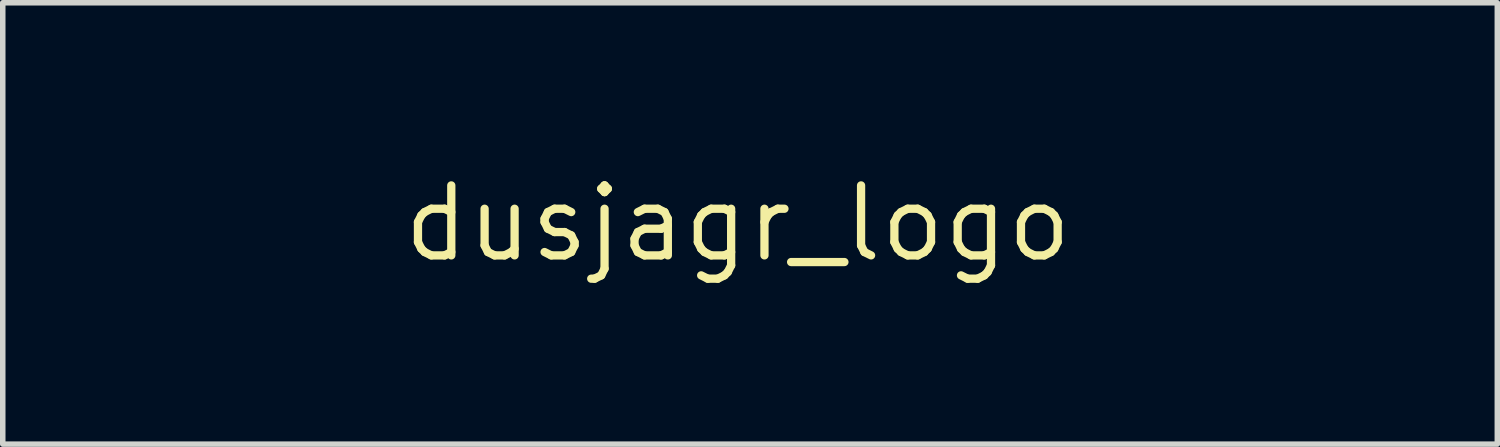
<source format=kicad_pcb>
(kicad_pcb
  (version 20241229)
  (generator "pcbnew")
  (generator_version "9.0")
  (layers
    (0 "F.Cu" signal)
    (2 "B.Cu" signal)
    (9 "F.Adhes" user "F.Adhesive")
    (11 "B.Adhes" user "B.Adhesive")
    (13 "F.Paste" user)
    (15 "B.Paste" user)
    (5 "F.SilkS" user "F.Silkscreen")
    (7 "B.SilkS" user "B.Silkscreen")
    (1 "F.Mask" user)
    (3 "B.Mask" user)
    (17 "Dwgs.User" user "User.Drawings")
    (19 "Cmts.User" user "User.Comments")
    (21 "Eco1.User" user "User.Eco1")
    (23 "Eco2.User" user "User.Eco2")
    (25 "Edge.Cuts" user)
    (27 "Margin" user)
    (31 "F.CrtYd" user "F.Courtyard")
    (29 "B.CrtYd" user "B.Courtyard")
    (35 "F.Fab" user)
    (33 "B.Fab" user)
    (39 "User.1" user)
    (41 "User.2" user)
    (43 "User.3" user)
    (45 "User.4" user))
  (footprint "dusjagr_logo"
    (layer "F.Cu")
    (at 10.343 1.006)
    (property "Reference" "dusjagr_logo" (at 0 0 0) (layer "F.SilkS") (effects (font (size 1.27 1.27) (thickness 0.15))))
    (attr through_hole)
    (fp_poly (pts (xy -9.741 0.267) (xy -9.944 0.267) (xy -9.944 -0.127) (xy -9.741 -0.127) (xy -9.741 0.267)) (stroke (width 0.01) (type solid)) (fill yes) (layer "F.Mask"))
    (fp_poly (pts (xy -8.954 0.66) (xy -9.347 0.66) (xy -9.347 0.47) (xy -8.954 0.47) (xy -8.954 0.66)) (stroke (width 0.01) (type solid)) (fill yes) (layer "F.Mask"))
    (fp_poly (pts (xy -8.166 0.076) (xy -8.369 0.076) (xy -8.369 -0.127) (xy -8.166 -0.127) (xy -8.166 0.076)) (stroke (width 0.01) (type solid)) (fill yes) (layer "F.Mask"))
    (fp_poly (pts (xy -6.782 0.66) (xy -6.985 0.66) (xy -6.985 -0.127) (xy -6.782 -0.127) (xy -6.782 0.66)) (stroke (width 0.01) (type solid)) (fill yes) (layer "F.Mask"))
    (fp_poly (pts (xy -5.016 0.66) (xy -5.207 0.66) (xy -5.207 0.076) (xy -5.016 0.076) (xy -5.016 0.66)) (stroke (width 0.01) (type solid)) (fill yes) (layer "F.Mask"))
    (fp_poly (pts (xy -2.845 0.66) (xy -3.035 0.66) (xy -3.035 0.47) (xy -2.845 0.47) (xy -2.845 0.66)) (stroke (width 0.01) (type solid)) (fill yes) (layer "F.Mask"))
    (fp_poly (pts (xy 0.318 0.864) (xy -0.076 0.864) (xy -0.076 0.66) (xy 0.318 0.66) (xy 0.318 0.864)) (stroke (width 0.01) (type solid)) (fill yes) (layer "F.Mask"))
    (fp_poly (pts (xy 4.267 -0.318) (xy 4.064 -0.318) (xy 4.064 -0.521) (xy 4.267 -0.521) (xy 4.267 -0.318)) (stroke (width 0.01) (type solid)) (fill yes) (layer "F.Mask"))
    (fp_poly (pts (xy -5.207 0.076) (xy -5.41 0.076) (xy -5.41 0.66) (xy -5.601 0.66) (xy -5.601 -0.127) (xy -5.207 -0.127) (xy -5.207 0.076)) (stroke (width 0.01) (type solid)) (fill yes) (layer "F.Mask"))
    (fp_poly (pts (xy -8.954 0.267) (xy -9.347 0.267) (xy -9.347 0.47) (xy -9.55 0.47) (xy -9.55 0.077) (xy -9.354 0.07) (xy -9.346 -0.127) (xy -8.954 -0.127) (xy -8.954 0.267)) (stroke (width 0.01) (type solid)) (fill yes) (layer "F.Mask"))
    (fp_poly (pts (xy -8.56 0.076) (xy -8.369 0.076) (xy -8.369 0.267) (xy -8.56 0.267) (xy -8.56 0.66) (xy -8.763 0.66) (xy -8.763 -0.127) (xy -8.56 -0.127) (xy -8.56 0.076)) (stroke (width 0.01) (type solid)) (fill yes) (layer "F.Mask"))
    (fp_poly (pts (xy 4.267 0.673) (xy 4.077 0.673) (xy 4.077 0.864) (xy 3.861 0.864) (xy 3.861 0.66) (xy 4.064 0.66) (xy 4.064 -0.127) (xy 4.267 -0.127) (xy 4.267 0.673)) (stroke (width 0.01) (type solid)) (fill yes) (layer "F.Mask"))
    (fp_poly (pts (xy -10.239 -0.124) (xy -10.141 -0.121) (xy -10.137 0.073) (xy -10.134 0.267) (xy -9.944 0.267) (xy -9.944 0.47) (xy -10.135 0.47) (xy -10.135 0.66) (xy -10.338 0.66) (xy -10.338 -0.128) (xy -10.239 -0.124)) (stroke (width 0.01) (type solid)) (fill yes) (layer "F.Mask"))
    (fp_poly (pts (xy -6.788 -0.324) (xy -6.878 -0.32) (xy -6.923 -0.32) (xy -6.958 -0.321) (xy -6.976 -0.325) (xy -6.976 -0.325) (xy -6.98 -0.342) (xy -6.984 -0.376) (xy -6.985 -0.422) (xy -6.985 -0.428) (xy -6.985 -0.521) (xy -6.781 -0.521) (xy -6.788 -0.324)) (stroke (width 0.01) (type solid)) (fill yes) (layer "F.Mask"))
    (fp_poly (pts (xy 6.439 0.064) (xy 6.629 0.064) (xy 6.629 -0.127) (xy 6.833 -0.127) (xy 6.833 0.076) (xy 6.642 0.076) (xy 6.642 0.279) (xy 6.439 0.279) (xy 6.439 0.673) (xy 6.236 0.673) (xy 6.236 -0.127) (xy 6.439 -0.127) (xy 6.439 0.064)) (stroke (width 0.01) (type solid)) (fill yes) (layer "F.Mask"))
    (fp_poly (pts (xy 9.792 0.457) (xy 9.995 0.457) (xy 9.995 0.673) (xy 9.385 0.673) (xy 9.385 0.457) (xy 9.588 0.457) (xy 9.588 0.076) (xy 9.385 0.076) (xy 9.385 -0.127) (xy 9.588 -0.127) (xy 9.588 -0.33) (xy 9.792 -0.33) (xy 9.792 0.457)) (stroke (width 0.01) (type solid)) (fill yes) (layer "F.Mask"))
    (fp_poly (pts (xy -2.045 0.47) (xy -1.854 0.47) (xy -1.854 0.66) (xy -2.451 0.66) (xy -2.451 0.47) (xy -2.248 0.47) (xy -2.248 0.077) (xy -2.445 0.07) (xy -2.448 -0.029) (xy -2.452 -0.127) (xy -2.248 -0.127) (xy -2.248 -0.318) (xy -2.045 -0.318) (xy -2.045 0.47)) (stroke (width 0.01) (type solid)) (fill yes) (layer "F.Mask"))
    (fp_poly (pts (xy 0.114 0.267) (xy 0.318 0.267) (xy 0.318 -0.127) (xy 0.508 -0.127) (xy 0.508 0.66) (xy 0.318 0.66) (xy 0.318 0.471) (xy 0.121 0.464) (xy 0.117 0.365) (xy 0.113 0.267) (xy -0.076 0.267) (xy -0.076 -0.127) (xy 0.114 -0.127) (xy 0.114 0.267)) (stroke (width 0.01) (type solid)) (fill yes) (layer "F.Mask"))
    (fp_poly (pts (xy 2.095 0.66) (xy 1.702 0.66) (xy 1.702 0.47) (xy 1.499 0.47) (xy 1.499 0.076) (xy 1.702 0.076) (xy 1.702 0.47) (xy 1.892 0.47) (xy 1.892 0.076) (xy 1.702 0.076) (xy 1.702 -0.127) (xy 1.892 -0.127) (xy 1.892 -0.521) (xy 2.095 -0.521) (xy 2.095 0.66)) (stroke (width 0.01) (type solid)) (fill yes) (layer "F.Mask"))
    (fp_poly (pts (xy 2.489 0.464) (xy 2.584 0.459) (xy 2.68 0.455) (xy 2.68 -0.127) (xy 2.883 -0.127) (xy 2.883 0.673) (xy 2.702 0.67) (xy 2.624 0.669) (xy 2.542 0.667) (xy 2.466 0.666) (xy 2.406 0.664) (xy 2.403 0.664) (xy 2.286 0.659) (xy 2.286 -0.127) (xy 2.489 -0.127) (xy 2.489 0.464)) (stroke (width 0.01) (type solid)) (fill yes) (layer "F.Mask"))
    (fp_poly (pts (xy 5.258 0.673) (xy 4.851 0.673) (xy 4.851 0.47) (xy 4.648 0.47) (xy 4.648 0.076) (xy 4.864 0.076) (xy 4.864 0.457) (xy 5.042 0.457) (xy 5.042 0.076) (xy 4.864 0.076) (xy 4.648 0.076) (xy 4.648 0.064) (xy 4.851 0.064) (xy 4.851 -0.127) (xy 5.258 -0.127) (xy 5.258 0.673)) (stroke (width 0.01) (type solid)) (fill yes) (layer "F.Mask"))
    (fp_poly (pts (xy -7.379 0.076) (xy -7.569 0.076) (xy -7.569 0.267) (xy -7.379 0.267) (xy -7.379 0.47) (xy -7.569 0.47) (xy -7.569 0.66) (xy -7.976 0.66) (xy -7.976 0.47) (xy -7.772 0.47) (xy -7.772 0.267) (xy -7.976 0.267) (xy -7.976 0.076) (xy -7.772 0.076) (xy -7.772 -0.127) (xy -7.379 -0.127) (xy -7.379 0.076)) (stroke (width 0.01) (type solid)) (fill yes) (layer "F.Mask"))
    (fp_poly (pts (xy -5.804 0.076) (xy -5.804 0.47) (xy -5.994 0.47) (xy -5.994 0.66) (xy -6.198 0.66) (xy -6.198 0.47) (xy -6.388 0.47) (xy -6.388 0.076) (xy -6.198 0.076) (xy -6.198 0.47) (xy -5.994 0.47) (xy -5.994 0.076) (xy -6.198 0.076) (xy -6.198 -0.127) (xy -5.994 -0.127) (xy -5.994 0.076) (xy -5.804 0.076)) (stroke (width 0.01) (type solid)) (fill yes) (layer "F.Mask"))
    (fp_poly (pts (xy 3.683 0.076) (xy 3.48 0.076) (xy 3.48 0.267) (xy 3.683 0.267) (xy 3.683 0.47) (xy 3.48 0.47) (xy 3.48 0.673) (xy 3.073 0.673) (xy 3.073 0.457) (xy 3.264 0.457) (xy 3.264 0.279) (xy 3.073 0.279) (xy 3.073 0.064) (xy 3.264 0.064) (xy 3.264 -0.127) (xy 3.683 -0.127) (xy 3.683 0.076)) (stroke (width 0.01) (type solid)) (fill yes) (layer "F.Mask"))
    (fp_poly (pts (xy 8.217 -0.127) (xy 8.407 -0.127) (xy 8.407 0.076) (xy 8.217 0.076) (xy 8.217 0.279) (xy 8.014 0.279) (xy 8.014 0.457) (xy 8.407 0.457) (xy 8.407 0.673) (xy 7.811 0.673) (xy 7.811 0.267) (xy 8.001 0.267) (xy 8.001 0.064) (xy 8.204 0.064) (xy 8.204 -0.114) (xy 7.811 -0.114) (xy 7.811 -0.33) (xy 8.217 -0.33) (xy 8.217 -0.127)) (stroke (width 0.01) (type solid)) (fill yes) (layer "F.Mask"))
    (fp_poly (pts (xy 6.045 0.673) (xy 5.842 0.673) (xy 5.842 0.864) (xy 5.436 0.864) (xy 5.436 0.66) (xy 5.829 0.66) (xy 5.829 0.47) (xy 5.639 0.47) (xy 5.639 0.279) (xy 5.436 0.279) (xy 5.436 0.076) (xy 5.652 0.076) (xy 5.652 0.267) (xy 5.829 0.267) (xy 5.829 0.076) (xy 5.652 0.076) (xy 5.436 0.076) (xy 5.436 0.064) (xy 5.639 0.064) (xy 5.639 -0.127) (xy 6.045 -0.127) (xy 6.045 0.673)) (stroke (width 0.01) (type solid)) (fill yes) (layer "F.Mask"))
    (fp_poly (pts (xy -3.429 -0.127) (xy -3.435 0.464) (xy -3.632 0.471) (xy -3.632 0.66) (xy -3.823 0.66) (xy -3.823 0.47) (xy -4.026 0.47) (xy -4.026 0.267) (xy -3.823 0.267) (xy -3.823 0.47) (xy -3.632 0.47) (xy -3.632 0.267) (xy -3.823 0.267) (xy -4.026 0.267) (xy -4.026 -0.127) (xy -3.823 -0.127) (xy -3.823 0.076) (xy -3.632 0.076) (xy -3.632 -0.127) (xy -3.823 -0.127) (xy -3.823 -0.318) (xy -3.632 -0.318) (xy -3.632 -0.127) (xy -3.429 -0.127)) (stroke (width 0.01) (type solid)) (fill yes) (layer "F.Mask"))
    (fp_poly (pts (xy 10.579 -0.127) (xy 10.782 -0.127) (xy 10.782 0.47) (xy 10.579 0.47) (xy 10.579 0.673) (xy 10.173 0.673) (xy 10.173 0.457) (xy 10.566 0.457) (xy 10.566 0.279) (xy 10.376 0.279) (xy 10.376 0.076) (xy 10.173 0.076) (xy 10.173 -0.114) (xy 10.389 -0.114) (xy 10.389 0.064) (xy 10.566 0.064) (xy 10.566 -0.114) (xy 10.389 -0.114) (xy 10.173 -0.114) (xy 10.173 -0.127) (xy 10.376 -0.127) (xy 10.376 -0.33) (xy 10.579 -0.33) (xy 10.579 -0.127)) (stroke (width 0.01) (type solid)) (fill yes) (layer "F.Mask"))
    (fp_poly (pts (xy -0.279 0.076) (xy -0.279 0.47) (xy -0.47 0.47) (xy -0.47 0.66) (xy -0.864 0.66) (xy -0.864 0.076) (xy -0.673 0.076) (xy -0.673 0.265) (xy -0.673 0.331) (xy -0.671 0.389) (xy -0.669 0.432) (xy -0.666 0.457) (xy -0.665 0.461) (xy -0.649 0.466) (xy -0.614 0.469) (xy -0.569 0.47) (xy -0.563 0.47) (xy -0.47 0.47) (xy -0.47 0.076) (xy -0.673 0.076) (xy -0.864 0.076) (xy -0.864 -0.521) (xy -0.673 -0.521) (xy -0.673 -0.127) (xy -0.47 -0.127) (xy -0.47 0.076) (xy -0.279 0.076)) (stroke (width 0.01) (type solid)) (fill yes) (layer "F.Mask"))
    (fp_poly (pts (xy 9.004 -0.127) (xy 9.207 -0.127) (xy 9.207 0.47) (xy 9.004 0.47) (xy 9.004 0.673) (xy 8.905 0.673) (xy 8.857 0.672) (xy 8.819 0.669) (xy 8.798 0.666) (xy 8.797 0.665) (xy 8.793 0.649) (xy 8.79 0.614) (xy 8.788 0.569) (xy 8.788 0.563) (xy 8.788 0.47) (xy 8.598 0.47) (xy 8.598 0.279) (xy 8.801 0.279) (xy 8.801 0.457) (xy 8.992 0.457) (xy 8.992 0.279) (xy 8.801 0.279) (xy 8.598 0.279) (xy 8.598 -0.114) (xy 8.801 -0.114) (xy 8.801 0.064) (xy 8.992 0.064) (xy 8.992 -0.114) (xy 8.801 -0.114) (xy 8.598 -0.114) (xy 8.598 -0.127) (xy 8.788 -0.127) (xy 8.788 -0.33) (xy 9.004 -0.33) (xy 9.004 -0.127)) (stroke (width 0.01) (type solid)) (fill yes) (layer "F.Mask")))
  (gr_rect
    (start -3 -3)
    (end 24.13 5.012)
    (stroke (width 0.1) (type default))
    (fill no)
    (layer "Edge.Cuts")))
</source>
